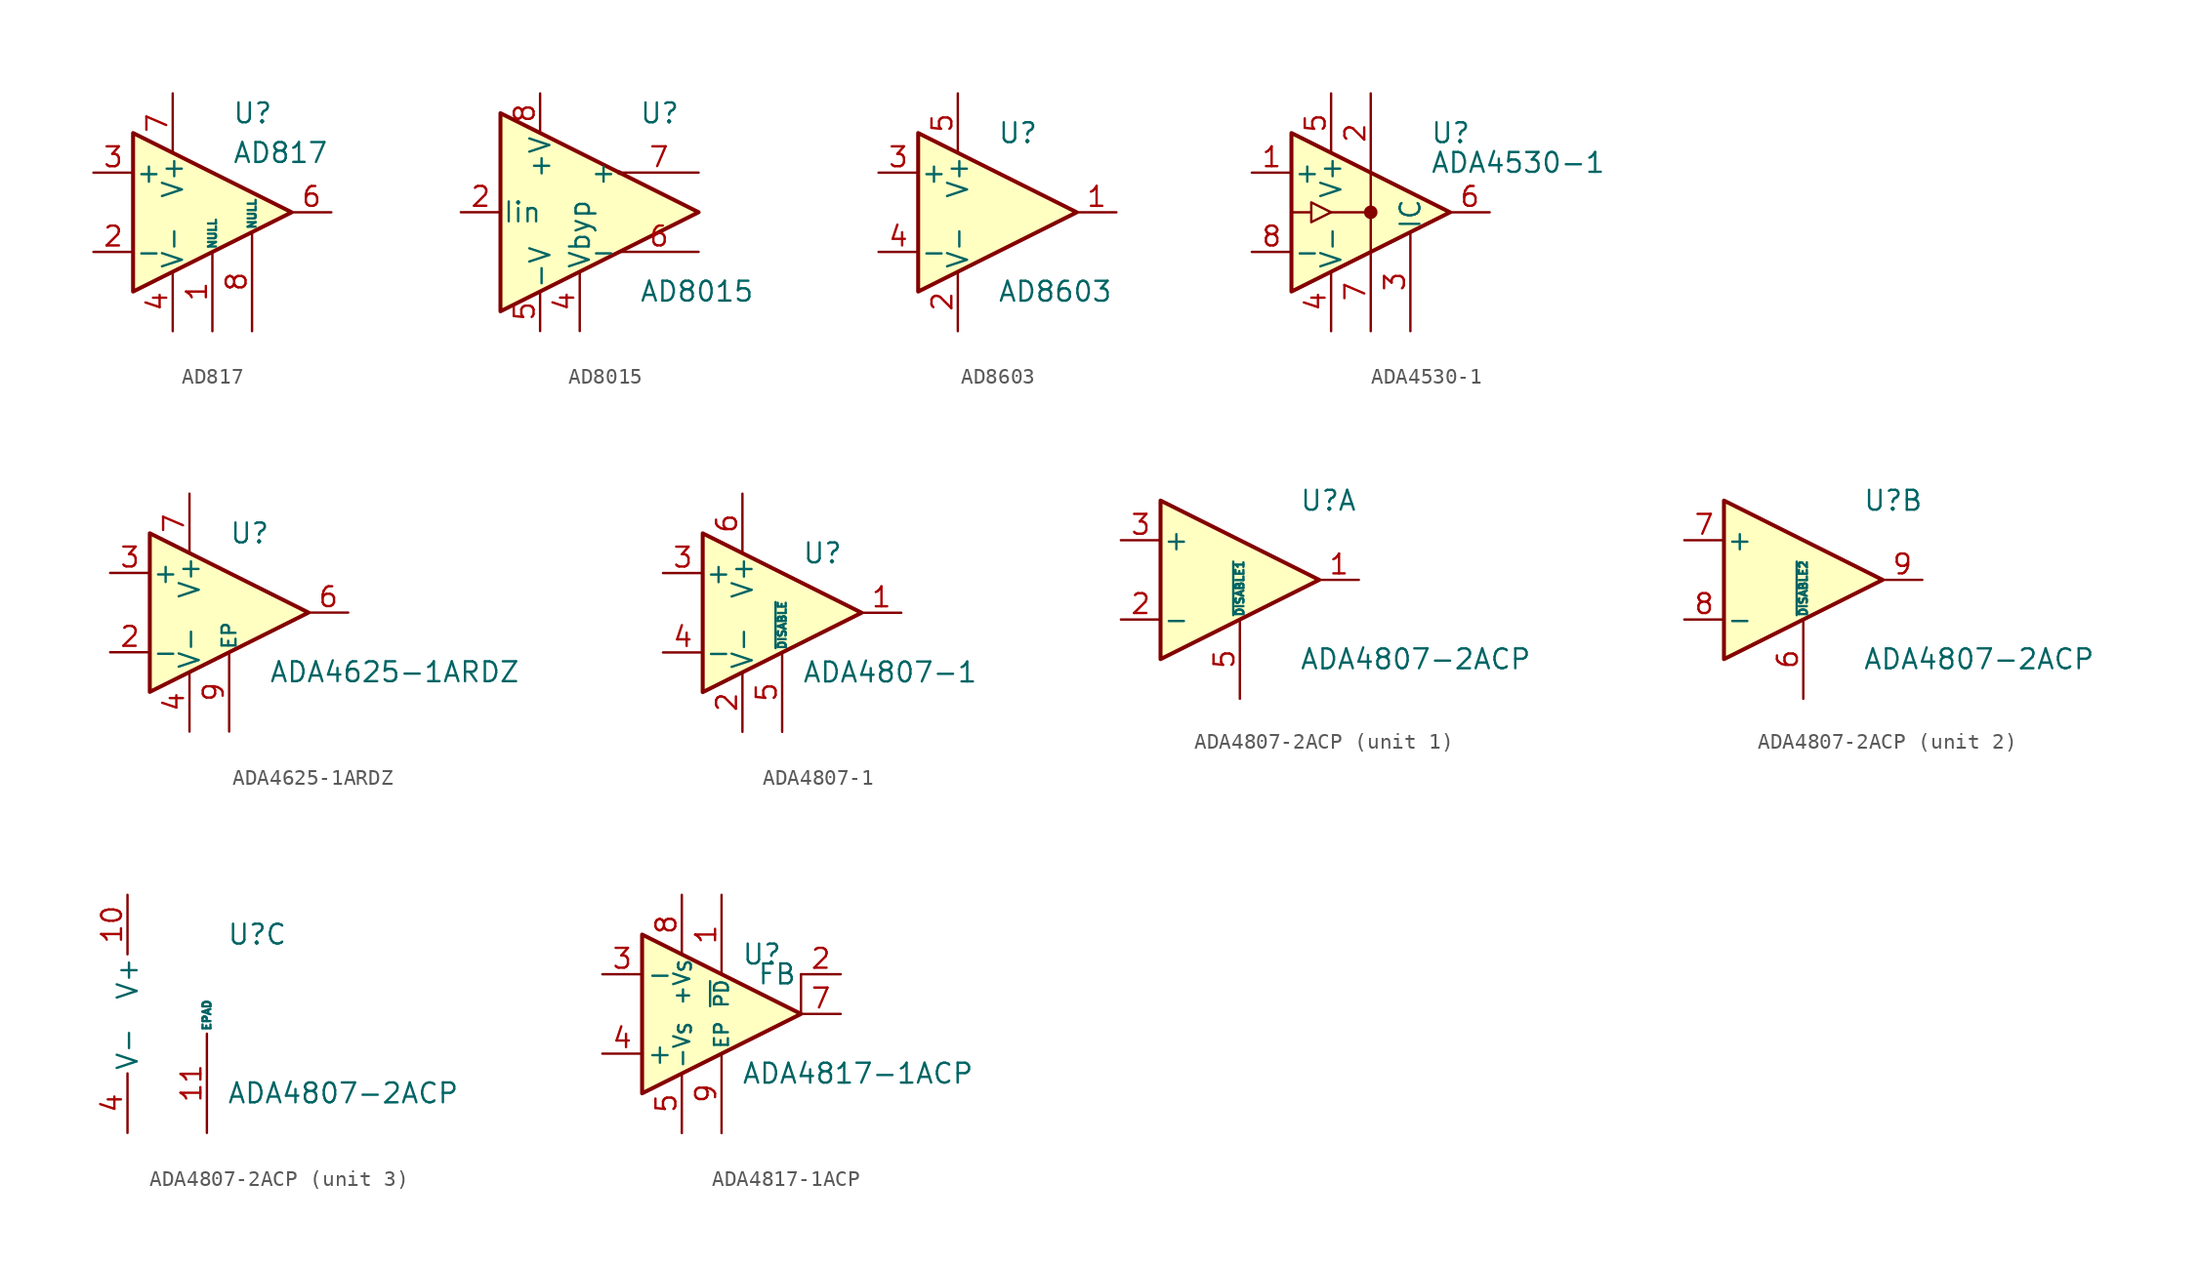
<source format=kicad_sym>
(kicad_symbol_lib
  (version 20241209)
  (generator "kicad_symbol_editor")
  (generator_version "9.0")
  (symbol "AD817"
    (pin_names
      (offset 0.127))
    (property "Reference" "U"
      (at 1.27 6.35 0)
      (effects (font (size 1.27 1.27)) (justify left)))
    (property "Value" "AD817"
      (at 1.27 3.81 0)
      (effects (font (size 1.27 1.27)) (justify left)))
    (symbol "AD817_0_1"
      (polyline (pts (xy -5.08 5.08) (xy 5.08 0) (xy -5.08 -5.08) (xy -5.08 5.08)) (stroke (width 0.254) (type default)) (fill (type background))))
    (symbol "AD817_1_1"
      (pin input line (at -7.62 2.54 0) (length 2.54) (name "+" (effects (font (size 1.27 1.27)))) (number "3" (effects (font (size 1.27 1.27)))))
      (pin input line (at -7.62 -2.54 0) (length 2.54) (name "-" (effects (font (size 1.27 1.27)))) (number "2" (effects (font (size 1.27 1.27)))))
      (pin power_in line (at -2.54 7.62 270) (length 3.81) (name "V+" (effects (font (size 1.27 1.27)))) (number "7" (effects (font (size 1.27 1.27)))))
      (pin power_in line (at -2.54 -7.62 90) (length 3.81) (name "V-" (effects (font (size 1.27 1.27)))) (number "4" (effects (font (size 1.27 1.27)))))
      (pin no_connect line (at 0 2.54 270) (length 2.54) (hide yes) (name "NC" (effects (font (size 1.27 1.27)))) (number "5" (effects (font (size 1.27 1.27)))))
      (pin input line (at 0 -7.62 90) (length 5.08) (name "NULL" (effects (font (size 0.508 0.508)))) (number "1" (effects (font (size 1.27 1.27)))))
      (pin input line (at 2.54 -7.62 90) (length 6.35) (name "NULL" (effects (font (size 0.508 0.508)))) (number "8" (effects (font (size 1.27 1.27)))))
      (pin output line (at 7.62 0 180) (length 2.54) (name "~" (effects (font (size 1.27 1.27)))) (number "6" (effects (font (size 1.27 1.27)))))))
  (symbol "AD8015"
    (pin_names
      (offset 0.127))
    (property "Reference" "U"
      (at 3.81 6.35 0)
      (effects (font (size 1.27 1.27)) (justify left)))
    (property "Value" "AD8015"
      (at 3.81 -5.08 0)
      (effects (font (size 1.27 1.27)) (justify left)))
    (symbol "AD8015_0_1"
      (polyline (pts (xy -5.08 6.35) (xy -5.08 -6.35) (xy 7.62 0) (xy -5.08 6.35)) (stroke (width 0.254) (type default)) (fill (type background)))
      (circle (center 2.54 2.54) (radius 0.0001) (stroke (width 0) (type default)) (fill (type none))))
    (symbol "AD8015_1_1"
      (pin input line (at -7.62 0 0) (length 2.54) (name "Iin" (effects (font (size 1.27 1.27)))) (number "2" (effects (font (size 1.27 1.27)))))
      (pin no_connect line (at -5.08 2.54 0) (length 2.54) (hide yes) (name "NC" (effects (font (size 1.27 1.27)))) (number "1" (effects (font (size 1.27 1.27)))))
      (pin no_connect line (at -5.08 -2.54 0) (length 2.54) (hide yes) (name "NC" (effects (font (size 1.27 1.27)))) (number "3" (effects (font (size 1.27 1.27)))))
      (pin power_in line (at -2.54 7.62 270) (length 2.54) (name "+V" (effects (font (size 1.27 1.27)))) (number "8" (effects (font (size 1.27 1.27)))))
      (pin power_in line (at -2.54 -7.62 90) (length 2.54) (name "-V" (effects (font (size 1.27 1.27)))) (number "5" (effects (font (size 1.27 1.27)))))
      (pin input line (at 0 -7.62 90) (length 3.81) (name "Vbyp" (effects (font (size 1.27 1.27)))) (number "4" (effects (font (size 1.27 1.27)))))
      (pin output line (at 7.62 2.54 180) (length 5.08) (name "+" (effects (font (size 1.27 1.27)))) (number "7" (effects (font (size 1.27 1.27)))))
      (pin output line (at 7.62 -2.54 180) (length 5.08) (name "-" (effects (font (size 1.27 1.27)))) (number "6" (effects (font (size 1.27 1.27)))))))
  (symbol "AD8603"
    (pin_names
      (offset 0.127))
    (property "Reference" "U"
      (at 0 5.08 0)
      (effects (font (size 1.27 1.27)) (justify left)))
    (property "Value" "AD8603"
      (at 0 -5.08 0)
      (effects (font (size 1.27 1.27)) (justify left)))
    (symbol "AD8603_0_1"
      (polyline (pts (xy -5.08 5.08) (xy 5.08 0) (xy -5.08 -5.08) (xy -5.08 5.08)) (stroke (width 0.254) (type default)) (fill (type background)))
      (pin power_in line (at -2.54 7.62 270) (length 3.81) (name "V+" (effects (font (size 1.27 1.27)))) (number "5" (effects (font (size 1.27 1.27)))))
      (pin power_in line (at -2.54 -7.62 90) (length 3.81) (name "V-" (effects (font (size 1.27 1.27)))) (number "2" (effects (font (size 1.27 1.27))))))
    (symbol "AD8603_1_1"
      (pin input line (at -7.62 2.54 0) (length 2.54) (name "+" (effects (font (size 1.27 1.27)))) (number "3" (effects (font (size 1.27 1.27)))))
      (pin input line (at -7.62 -2.54 0) (length 2.54) (name "-" (effects (font (size 1.27 1.27)))) (number "4" (effects (font (size 1.27 1.27)))))
      (pin output line (at 7.62 0 180) (length 2.54) (name "~" (effects (font (size 1.27 1.27)))) (number "1" (effects (font (size 1.27 1.27)))))))
  (symbol "ADA4530-1"
    (pin_names
      (offset 0.127))
    (property "Reference" "U"
      (at 3.81 5.08 0)
      (effects (font (size 1.27 1.27)) (justify left)))
    (property "Value" "ADA4530-1"
      (at 3.81 3.175 0)
      (effects (font (size 1.27 1.27)) (justify left)))
    (symbol "ADA4530-1_0_1"
      (polyline (pts (xy -5.08 5.08) (xy 5.08 0) (xy -5.08 -5.08) (xy -5.08 5.08)) (stroke (width 0.254) (type default)) (fill (type background)))
      (polyline (pts (xy -3.81 0) (xy -5.08 0)) (stroke (width 0) (type default)) (fill (type none)))
      (polyline (pts (xy -3.81 -0.635) (xy -3.81 0.635) (xy -2.54 0) (xy -3.81 -0.635)) (stroke (width 0) (type default)) (fill (type none)))
      (polyline (pts (xy -2.54 0) (xy 0 0)) (stroke (width 0) (type default)) (fill (type none)))
      (polyline (pts (xy 0 2.54) (xy 0 -2.54)) (stroke (width 0) (type default)) (fill (type none)))
      (circle (center 0 0) (radius 0.356) (stroke (width 0) (type default)) (fill (type outline))))
    (symbol "ADA4530-1_1_1"
      (pin input line (at -7.62 2.54 0) (length 2.54) (name "+" (effects (font (size 1.27 1.27)))) (number "1" (effects (font (size 1.27 1.27)))))
      (pin input line (at -7.62 -2.54 0) (length 2.54) (name "-" (effects (font (size 1.27 1.27)))) (number "8" (effects (font (size 1.27 1.27)))))
      (pin power_in line (at -2.54 7.62 270) (length 3.81) (name "V+" (effects (font (size 1.27 1.27)))) (number "5" (effects (font (size 1.27 1.27)))))
      (pin power_in line (at -2.54 -7.62 90) (length 3.81) (name "V-" (effects (font (size 1.27 1.27)))) (number "4" (effects (font (size 1.27 1.27)))))
      (pin passive line (at 0 7.62 270) (length 5.08) (name "~" (effects (font (size 1.27 1.27)))) (number "2" (effects (font (size 1.27 1.27)))))
      (pin passive line (at 0 -7.62 90) (length 5.08) (name "~" (effects (font (size 1.27 1.27)))) (number "7" (effects (font (size 1.27 1.27)))))
      (pin passive line (at 2.54 -7.62 90) (length 6.35) (name "IC" (effects (font (size 1.27 1.27)))) (number "3" (effects (font (size 1.27 1.27)))))
      (pin output line (at 7.62 0 180) (length 2.54) (name "~" (effects (font (size 1.27 1.27)))) (number "6" (effects (font (size 1.27 1.27)))))))
  (symbol "ADA4625-1ARDZ"
    (pin_names
      (offset 0.127))
    (property "Reference" "U"
      (at 0 5.08 0)
      (effects (font (size 1.27 1.27)) (justify left)))
    (property "Value" "ADA4625-1ARDZ"
      (at 2.54 -3.81 0)
      (effects (font (size 1.27 1.27)) (justify left)))
    (symbol "ADA4625-1ARDZ_0_1"
      (polyline (pts (xy -5.08 5.08) (xy 5.08 0) (xy -5.08 -5.08) (xy -5.08 5.08)) (stroke (width 0.254) (type solid)) (fill (type background)))
      (pin power_in line (at -2.54 7.62 270) (length 3.81) (name "V+" (effects (font (size 1.27 1.27)))) (number "7" (effects (font (size 1.27 1.27)))))
      (pin power_in line (at -2.54 -7.62 90) (length 3.81) (name "V-" (effects (font (size 1.27 1.27)))) (number "4" (effects (font (size 1.27 1.27))))))
    (symbol "ADA4625-1ARDZ_1_1"
      (pin input line (at -7.62 2.54 0) (length 2.54) (name "+" (effects (font (size 1.27 1.27)))) (number "3" (effects (font (size 1.27 1.27)))))
      (pin input line (at -7.62 -2.54 0) (length 2.54) (name "-" (effects (font (size 1.27 1.27)))) (number "2" (effects (font (size 1.27 1.27)))))
      (pin no_connect line (at -5.08 -2.54 90) (length 2.54) (hide yes) (name "NC" (effects (font (size 1.27 1.27)))) (number "1" (effects (font (size 1.27 1.27)))))
      (pin no_connect line (at -2.54 -2.54 90) (length 2.54) (hide yes) (name "NC" (effects (font (size 1.27 1.27)))) (number "5" (effects (font (size 1.27 1.27)))))
      (pin no_connect line (at 0 -2.54 90) (length 2.54) (hide yes) (name "NC" (effects (font (size 1.27 1.27)))) (number "8" (effects (font (size 1.27 1.27)))))
      (pin passive line (at 0 -7.62 90) (length 5.08) (name "EP" (effects (font (size 0.889 0.889)))) (number "9" (effects (font (size 1.27 1.27)))))
      (pin output line (at 7.62 0 180) (length 2.54) (name "~" (effects (font (size 1.27 1.27)))) (number "6" (effects (font (size 1.27 1.27)))))))
  (symbol "ADA4807-1"
    (pin_names
      (offset 0.127))
    (property "Reference" "U"
      (at 1.27 3.81 0)
      (effects (font (size 1.27 1.27)) (justify left)))
    (property "Value" "ADA4807-1"
      (at 1.27 -3.81 0)
      (effects (font (size 1.27 1.27)) (justify left)))
    (symbol "ADA4807-1_0_1"
      (polyline (pts (xy -5.08 5.08) (xy 5.08 0) (xy -5.08 -5.08) (xy -5.08 5.08)) (stroke (width 0.254) (type default)) (fill (type background))))
    (symbol "ADA4807-1_1_1"
      (pin input line (at -7.62 2.54 0) (length 2.54) (name "+" (effects (font (size 1.27 1.27)))) (number "3" (effects (font (size 1.27 1.27)))))
      (pin input line (at -7.62 -2.54 0) (length 2.54) (name "-" (effects (font (size 1.27 1.27)))) (number "4" (effects (font (size 1.27 1.27)))))
      (pin power_in line (at -2.54 7.62 270) (length 3.81) (name "V+" (effects (font (size 1.27 1.27)))) (number "6" (effects (font (size 1.27 1.27)))))
      (pin power_in line (at -2.54 -7.62 90) (length 3.81) (name "V-" (effects (font (size 1.27 1.27)))) (number "2" (effects (font (size 1.27 1.27)))))
      (pin input line (at 0 -7.62 90) (length 5.08) (name "~{DISABLE}" (effects (font (size 0.508 0.508)))) (number "5" (effects (font (size 1.27 1.27)))))
      (pin output line (at 7.62 0 180) (length 2.54) (name "~" (effects (font (size 1.27 1.27)))) (number "1" (effects (font (size 1.27 1.27)))))))
  (symbol "ADA4807-2ACP"
    (pin_names
      (offset 0.127))
    (property "Reference" "U"
      (at 3.81 5.08 0)
      (effects (font (size 1.27 1.27)) (justify left)))
    (property "Value" "ADA4807-2ACP"
      (at 3.81 -5.08 0)
      (effects (font (size 1.27 1.27)) (justify left)))
    (property "ki_locked" ""
      (at 0 0 0)
      (effects (font (size 1.27 1.27))))
    (symbol "ADA4807-2ACP_1_1"
      (polyline (pts (xy -5.08 5.08) (xy 5.08 0) (xy -5.08 -5.08) (xy -5.08 5.08)) (stroke (width 0.254) (type default)) (fill (type background)))
      (pin input line (at -7.62 2.54 0) (length 2.54) (name "+" (effects (font (size 1.27 1.27)))) (number "3" (effects (font (size 1.27 1.27)))))
      (pin input line (at -7.62 -2.54 0) (length 2.54) (name "-" (effects (font (size 1.27 1.27)))) (number "2" (effects (font (size 1.27 1.27)))))
      (pin input line (at 0 -7.62 90) (length 5.08) (name "~{DISABLE1}" (effects (font (size 0.508 0.508)))) (number "5" (effects (font (size 1.27 1.27)))))
      (pin output line (at 7.62 0 180) (length 2.54) (name "~" (effects (font (size 1.27 1.27)))) (number "1" (effects (font (size 1.27 1.27))))))
    (symbol "ADA4807-2ACP_2_1"
      (polyline (pts (xy -5.08 5.08) (xy 5.08 0) (xy -5.08 -5.08) (xy -5.08 5.08)) (stroke (width 0.254) (type default)) (fill (type background)))
      (pin input line (at -7.62 2.54 0) (length 2.54) (name "+" (effects (font (size 1.27 1.27)))) (number "7" (effects (font (size 1.27 1.27)))))
      (pin input line (at -7.62 -2.54 0) (length 2.54) (name "-" (effects (font (size 1.27 1.27)))) (number "8" (effects (font (size 1.27 1.27)))))
      (pin input line (at 0 -7.62 90) (length 5.08) (name "~{DISABLE2}" (effects (font (size 0.508 0.508)))) (number "6" (effects (font (size 1.27 1.27)))))
      (pin output line (at 7.62 0 180) (length 2.54) (name "~" (effects (font (size 1.27 1.27)))) (number "9" (effects (font (size 1.27 1.27))))))
    (symbol "ADA4807-2ACP_3_1"
      (pin power_in line (at -2.54 7.62 270) (length 3.81) (name "V+" (effects (font (size 1.27 1.27)))) (number "10" (effects (font (size 1.27 1.27)))))
      (pin power_in line (at -2.54 -7.62 90) (length 3.81) (name "V-" (effects (font (size 1.27 1.27)))) (number "4" (effects (font (size 1.27 1.27)))))
      (pin power_in line (at 2.54 -7.62 90) (length 6.35) (name "EPAD" (effects (font (size 0.508 0.508)))) (number "11" (effects (font (size 1.27 1.27)))))))
  (symbol "ADA4817-1ACP"
    (pin_names
      (offset 0.254))
    (property "Reference" "U"
      (at 1.27 3.81 0)
      (effects (font (size 1.27 1.27)) (justify left)))
    (property "Value" "ADA4817-1ACP"
      (at 1.27 -3.81 0)
      (effects (font (size 1.27 1.27)) (justify left)))
    (symbol "ADA4817-1ACP_0_1"
      (polyline (pts (xy -5.08 5.08) (xy 5.08 0) (xy -5.08 -5.08) (xy -5.08 5.08)) (stroke (width 0.254) (type default)) (fill (type background)))
      (polyline (pts (xy 5.08 0) (xy 5.08 2.54)) (stroke (width 0) (type default)) (fill (type none))))
    (symbol "ADA4817-1ACP_1_0"
      (pin no_connect line (at -5.08 0 0) (length 2.54) (hide yes) (name "" (effects (font (size 1.27 1.27)))) (number "6" (effects (font (size 1.27 1.27)))))
      (pin power_in line (at 0 -7.62 90) (length 5.08) (name "EP" (effects (font (size 0.889 0.889)))) (number "9" (effects (font (size 1.27 1.27)))))
      (pin output line (at 7.62 2.54 180) (length 2.54) (name "FB" (effects (font (size 1.27 1.27)))) (number "2" (effects (font (size 1.27 1.27))))))
    (symbol "ADA4817-1ACP_1_1"
      (pin input line (at -7.62 2.54 0) (length 2.54) (name "-" (effects (font (size 1.27 1.27)))) (number "3" (effects (font (size 1.27 1.27)))))
      (pin input line (at -7.62 -2.54 0) (length 2.54) (name "+" (effects (font (size 1.27 1.27)))) (number "4" (effects (font (size 1.27 1.27)))))
      (pin power_in line (at -2.54 7.62 270) (length 3.81) (name "+V_{S}" (effects (font (size 1.016 1.016)))) (number "8" (effects (font (size 1.27 1.27)))))
      (pin power_in line (at -2.54 -7.62 90) (length 3.81) (name "-V_{S}" (effects (font (size 1.016 1.016)))) (number "5" (effects (font (size 1.27 1.27)))))
      (pin input line (at 0 7.62 270) (length 5.08) (name "~{PD}" (effects (font (size 0.889 0.889)))) (number "1" (effects (font (size 1.27 1.27)))))
      (pin output line (at 7.62 0 180) (length 2.54) (name "~" (effects (font (size 1.27 1.27)))) (number "7" (effects (font (size 1.27 1.27))))))))
</source>
